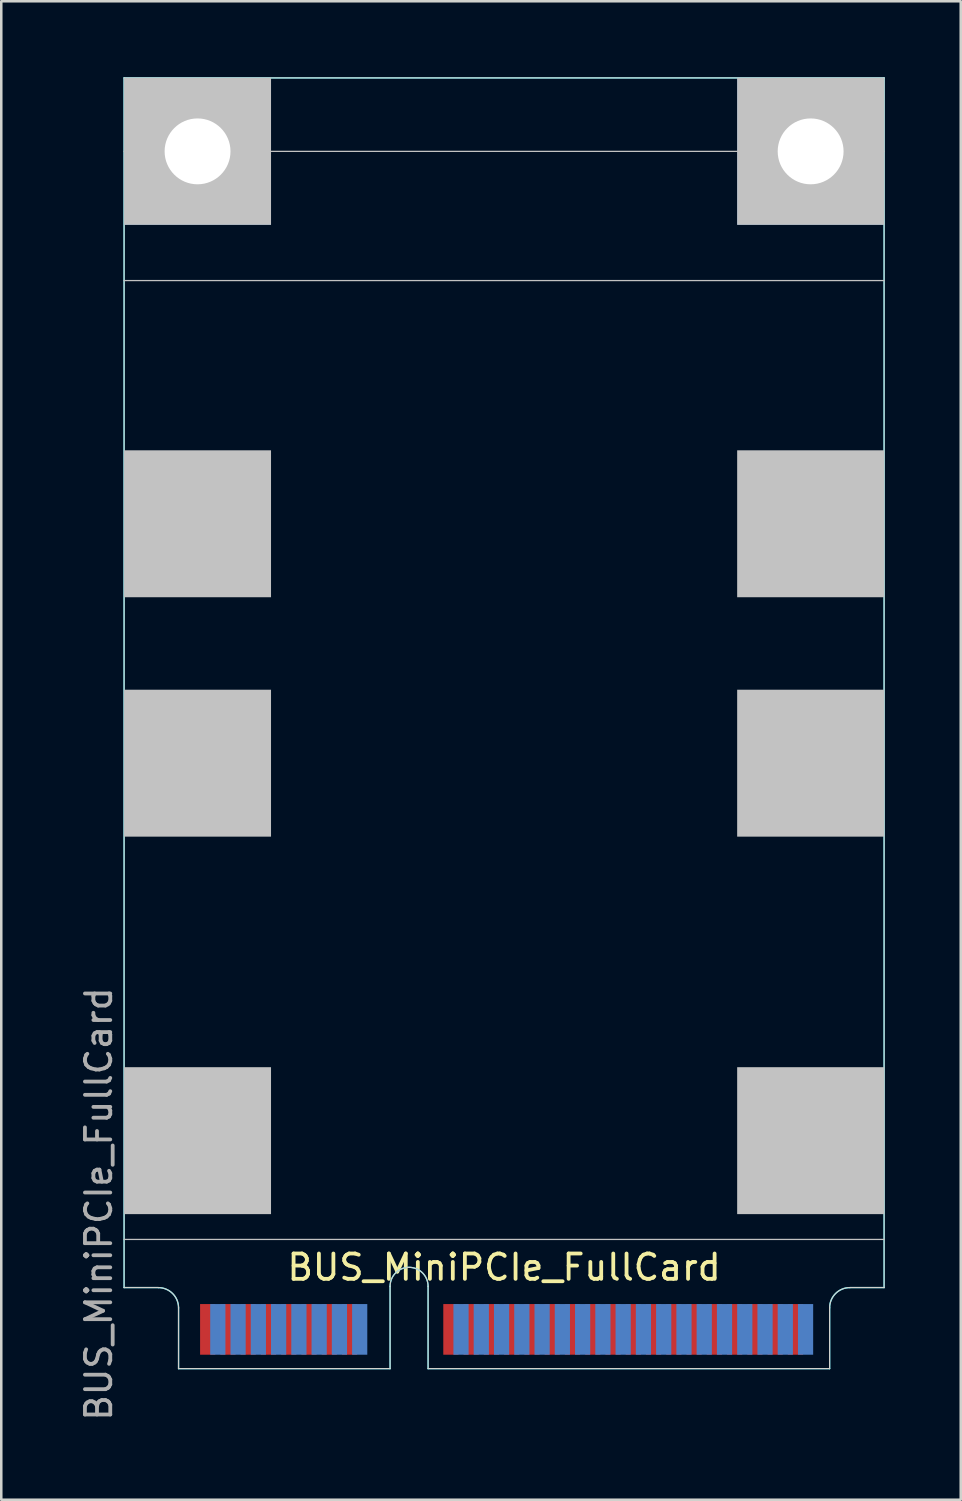
<source format=kicad_pcb>
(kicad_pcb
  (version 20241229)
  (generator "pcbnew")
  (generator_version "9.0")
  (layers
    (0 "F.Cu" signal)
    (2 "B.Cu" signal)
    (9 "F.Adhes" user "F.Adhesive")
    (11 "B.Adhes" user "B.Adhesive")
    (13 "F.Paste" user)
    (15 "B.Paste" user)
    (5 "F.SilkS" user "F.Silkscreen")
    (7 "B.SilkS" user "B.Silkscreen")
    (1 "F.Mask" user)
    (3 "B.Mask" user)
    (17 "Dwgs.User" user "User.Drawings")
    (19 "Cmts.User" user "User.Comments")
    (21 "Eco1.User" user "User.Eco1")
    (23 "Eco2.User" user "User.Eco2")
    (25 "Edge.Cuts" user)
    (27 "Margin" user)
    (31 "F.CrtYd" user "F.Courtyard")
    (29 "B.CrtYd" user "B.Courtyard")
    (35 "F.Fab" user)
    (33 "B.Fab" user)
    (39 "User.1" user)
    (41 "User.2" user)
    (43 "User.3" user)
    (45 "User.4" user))
  (footprint "BUS_MiniPCIe_FullCard"
    (layer "F.Cu")
    (at 16.848 25.225)
    (property "Reference" "BUS_MiniPCIe_FullCard" (at 0 21.75 180) (layer "F.SilkS") (effects (font (size 1 1) (thickness 0.15))))
    (attr exclude_from_pos_files exclude_from_bom)
    (fp_line (start -15 20.65) (end 15 20.65) (stroke (width 0.05) (type solid)) (layer "Dwgs.User"))
    (fp_line (start 15 -22.3) (end -15 -22.3) (stroke (width 0.05) (type solid)) (layer "Dwgs.User"))
    (fp_line (start 15 -17.2) (end -15 -17.2) (stroke (width 0.05) (type solid)) (layer "Dwgs.User"))
    (fp_line (start -15 -25.2) (end -15 22.55) (stroke (width 0.05) (type solid)) (layer "Edge.Cuts"))
    (fp_line (start -13.65 22.55) (end -15 22.55) (stroke (width 0.05) (type solid)) (layer "Edge.Cuts"))
    (fp_line (start -12.85 25.75) (end -12.85 23.35) (stroke (width 0.05) (type solid)) (layer "Edge.Cuts"))
    (fp_line (start -4.5 25.75) (end -12.85 25.75) (stroke (width 0.05) (type solid)) (layer "Edge.Cuts"))
    (fp_line (start -4.5 25.75) (end -4.5 22.5) (stroke (width 0.05) (type solid)) (layer "Edge.Cuts"))
    (fp_line (start -3 25.75) (end -3 22.5) (stroke (width 0.05) (type solid)) (layer "Edge.Cuts"))
    (fp_line (start -3 25.75) (end 12.85 25.75) (stroke (width 0.05) (type solid)) (layer "Edge.Cuts"))
    (fp_line (start 12.85 25.75) (end 12.85 23.35) (stroke (width 0.05) (type solid)) (layer "Edge.Cuts"))
    (fp_line (start 15 -25.2) (end -15 -25.2) (stroke (width 0.05) (type solid)) (layer "Edge.Cuts"))
    (fp_line (start 15 22.55) (end 13.65 22.55) (stroke (width 0.05) (type solid)) (layer "Edge.Cuts"))
    (fp_line (start 15 22.55) (end 15 -25.2) (stroke (width 0.05) (type solid)) (layer "Edge.Cuts"))
    (fp_arc (start -13.65 22.55) (mid -13.084315 22.784315) (end -12.85 23.35) (stroke (width 0.05) (type solid)) (layer "Edge.Cuts"))
    (fp_arc (start -4.5 22.5) (mid -3.75 21.75) (end -3 22.5) (stroke (width 0.05) (type solid)) (layer "Edge.Cuts"))
    (fp_arc (start 12.85 23.35) (mid 13.084315 22.784315) (end 13.65 22.55) (stroke (width 0.05) (type solid)) (layer "Edge.Cuts"))
    (fp_line (start -15 -25.2) (end -15 22.55) (stroke (width 0.05) (type solid)) (layer "B.CrtYd"))
    (fp_line (start -13.65 22.55) (end -15 22.55) (stroke (width 0.05) (type solid)) (layer "B.CrtYd"))
    (fp_line (start -12.85 25.75) (end -12.85 23.35) (stroke (width 0.05) (type solid)) (layer "B.CrtYd"))
    (fp_line (start -4.5 25.75) (end -12.85 25.75) (stroke (width 0.05) (type solid)) (layer "B.CrtYd"))
    (fp_line (start -4.5 25.75) (end -4.5 22.5) (stroke (width 0.05) (type solid)) (layer "B.CrtYd"))
    (fp_line (start -3 25.75) (end -3 22.5) (stroke (width 0.05) (type solid)) (layer "B.CrtYd"))
    (fp_line (start -3 25.75) (end 12.85 25.75) (stroke (width 0.05) (type solid)) (layer "B.CrtYd"))
    (fp_line (start 12.85 25.75) (end 12.85 23.35) (stroke (width 0.05) (type solid)) (layer "B.CrtYd"))
    (fp_line (start 15 -25.2) (end -15 -25.2) (stroke (width 0.05) (type solid)) (layer "B.CrtYd"))
    (fp_line (start 15 22.55) (end 13.65 22.55) (stroke (width 0.05) (type solid)) (layer "B.CrtYd"))
    (fp_line (start 15 22.55) (end 15 -25.2) (stroke (width 0.05) (type solid)) (layer "B.CrtYd"))
    (fp_arc (start -13.65 22.55) (mid -13.084315 22.784315) (end -12.85 23.35) (stroke (width 0.05) (type solid)) (layer "B.CrtYd"))
    (fp_arc (start -4.5 22.5) (mid -3.75 21.75) (end -3 22.5) (stroke (width 0.05) (type solid)) (layer "B.CrtYd"))
    (fp_arc (start 12.85 23.35) (mid 13.084315 22.784315) (end 13.65 22.55) (stroke (width 0.05) (type solid)) (layer "B.CrtYd"))
    (fp_text user "${REFERENCE}" (at -16 19.25 90) (layer "F.Fab") (effects (font (size 1 1) (thickness 0.15))))
    (pad "" np_thru_hole circle (at -12.1 -22.3) (size 2.6 2.6) (drill 2.6) (layers "*.Cu"))
    (pad "" connect rect (at -12.1 -22.3) (size 5.8 5.8) (layers "B.Cu" "B.Mask" "Dwgs.User"))
    (pad "" connect rect (at -12.1 -7.6) (size 5.8 5.8) (layers "Dwgs.User"))
    (pad "" connect rect (at -12.1 1.85) (size 5.8 5.8) (layers "Dwgs.User"))
    (pad "" connect rect (at -12.1 16.75) (size 5.8 5.8) (layers "Dwgs.User"))
    (pad "" np_thru_hole circle (at 12.1 -22.3) (size 2.6 2.6) (drill 2.6) (layers "*.Cu"))
    (pad "" connect rect (at 12.1 -22.3) (size 5.8 5.8) (layers "B.Cu" "B.Mask" "Dwgs.User"))
    (pad "" connect rect (at 12.1 -7.6) (size 5.8 5.8) (layers "Dwgs.User"))
    (pad "" connect rect (at 12.1 1.85) (size 5.8 5.8) (layers "Dwgs.User"))
    (pad "" connect rect (at 12.1 16.75) (size 5.8 5.8) (layers "Dwgs.User"))
    (pad "1" connect rect (at -11.7 24.2) (size 0.6 2) (layers "F.Cu" "F.Mask"))
    (pad "2" connect rect (at -11.3 24.2) (size 0.6 2) (layers "B.Cu" "B.Mask"))
    (pad "3" connect rect (at -10.9 24.2) (size 0.6 2) (layers "F.Cu" "F.Mask"))
    (pad "4" connect rect (at -10.5 24.2) (size 0.6 2) (layers "B.Cu" "B.Mask"))
    (pad "5" connect rect (at -10.1 24.2) (size 0.6 2) (layers "F.Cu" "F.Mask"))
    (pad "6" connect rect (at -9.7 24.2) (size 0.6 2) (layers "B.Cu" "B.Mask"))
    (pad "7" connect rect (at -9.3 24.2) (size 0.6 2) (layers "F.Cu" "F.Mask"))
    (pad "8" connect rect (at -8.9 24.2) (size 0.6 2) (layers "B.Cu" "B.Mask"))
    (pad "9" connect rect (at -8.5 24.2) (size 0.6 2) (layers "F.Cu" "F.Mask"))
    (pad "10" connect rect (at -8.1 24.2) (size 0.6 2) (layers "B.Cu" "B.Mask"))
    (pad "11" connect rect (at -7.7 24.2) (size 0.6 2) (layers "F.Cu" "F.Mask"))
    (pad "12" connect rect (at -7.3 24.2) (size 0.6 2) (layers "B.Cu" "B.Mask"))
    (pad "13" connect rect (at -6.9 24.2) (size 0.6 2) (layers "F.Cu" "F.Mask"))
    (pad "14" connect rect (at -6.5 24.2) (size 0.6 2) (layers "B.Cu" "B.Mask"))
    (pad "15" connect rect (at -6.1 24.2) (size 0.6 2) (layers "F.Cu" "F.Mask"))
    (pad "16" connect rect (at -5.7 24.2) (size 0.6 2) (layers "B.Cu" "B.Mask"))
    (pad "17" connect rect (at -2.1 24.2) (size 0.6 2) (layers "F.Cu" "F.Mask"))
    (pad "18" connect rect (at -1.7 24.2) (size 0.6 2) (layers "B.Cu" "B.Mask"))
    (pad "19" connect rect (at -1.3 24.2) (size 0.6 2) (layers "F.Cu" "F.Mask"))
    (pad "20" connect rect (at -0.9 24.2) (size 0.6 2) (layers "B.Cu" "B.Mask"))
    (pad "21" connect rect (at -0.5 24.2) (size 0.6 2) (layers "F.Cu" "F.Mask"))
    (pad "22" connect rect (at -0.1 24.2) (size 0.6 2) (layers "B.Cu" "B.Mask"))
    (pad "23" connect rect (at 0.3 24.2) (size 0.6 2) (layers "F.Cu" "F.Mask"))
    (pad "24" connect rect (at 0.7 24.2) (size 0.6 2) (layers "B.Cu" "B.Mask"))
    (pad "25" connect rect (at 1.1 24.2) (size 0.6 2) (layers "F.Cu" "F.Mask"))
    (pad "26" connect rect (at 1.5 24.2) (size 0.6 2) (layers "B.Cu" "B.Mask"))
    (pad "27" connect rect (at 1.9 24.2) (size 0.6 2) (layers "F.Cu" "F.Mask"))
    (pad "28" connect rect (at 2.3 24.2) (size 0.6 2) (layers "B.Cu" "B.Mask"))
    (pad "29" connect rect (at 2.7 24.2) (size 0.6 2) (layers "F.Cu" "F.Mask"))
    (pad "30" connect rect (at 3.1 24.2) (size 0.6 2) (layers "B.Cu" "B.Mask"))
    (pad "31" connect rect (at 3.5 24.2) (size 0.6 2) (layers "F.Cu" "F.Mask"))
    (pad "32" connect rect (at 3.9 24.2) (size 0.6 2) (layers "B.Cu" "B.Mask"))
    (pad "33" connect rect (at 4.3 24.2) (size 0.6 2) (layers "F.Cu" "F.Mask"))
    (pad "34" connect rect (at 4.7 24.2) (size 0.6 2) (layers "B.Cu" "B.Mask"))
    (pad "35" connect rect (at 5.1 24.2) (size 0.6 2) (layers "F.Cu" "F.Mask"))
    (pad "36" connect rect (at 5.5 24.2) (size 0.6 2) (layers "B.Cu" "B.Mask"))
    (pad "37" connect rect (at 5.9 24.2) (size 0.6 2) (layers "F.Cu" "F.Mask"))
    (pad "38" connect rect (at 6.3 24.2) (size 0.6 2) (layers "B.Cu" "B.Mask"))
    (pad "39" connect rect (at 6.7 24.2) (size 0.6 2) (layers "F.Cu" "F.Mask"))
    (pad "40" connect rect (at 7.1 24.2) (size 0.6 2) (layers "B.Cu" "B.Mask"))
    (pad "41" connect rect (at 7.5 24.2) (size 0.6 2) (layers "F.Cu" "F.Mask"))
    (pad "42" connect rect (at 7.9 24.2) (size 0.6 2) (layers "B.Cu" "B.Mask"))
    (pad "43" connect rect (at 8.3 24.2) (size 0.6 2) (layers "F.Cu" "F.Mask"))
    (pad "44" connect rect (at 8.7 24.2) (size 0.6 2) (layers "B.Cu" "B.Mask"))
    (pad "45" connect rect (at 9.1 24.2) (size 0.6 2) (layers "F.Cu" "F.Mask"))
    (pad "46" connect rect (at 9.5 24.2) (size 0.6 2) (layers "B.Cu" "B.Mask"))
    (pad "47" connect rect (at 9.9 24.2) (size 0.6 2) (layers "F.Cu" "F.Mask"))
    (pad "48" connect rect (at 10.3 24.2) (size 0.6 2) (layers "B.Cu" "B.Mask"))
    (pad "49" connect rect (at 10.7 24.2) (size 0.6 2) (layers "F.Cu" "F.Mask"))
    (pad "50" connect rect (at 11.1 24.2) (size 0.6 2) (layers "B.Cu" "B.Mask"))
    (pad "51" connect rect (at 11.5 24.2) (size 0.6 2) (layers "F.Cu" "F.Mask"))
    (pad "52" connect rect (at 11.9 24.2) (size 0.6 2) (layers "B.Cu" "B.Mask")))
  (gr_rect
    (start -3 -3)
    (end 34.873 56.148)
    (stroke (width 0.1) (type default))
    (fill no)
    (layer "Edge.Cuts")))
</source>
